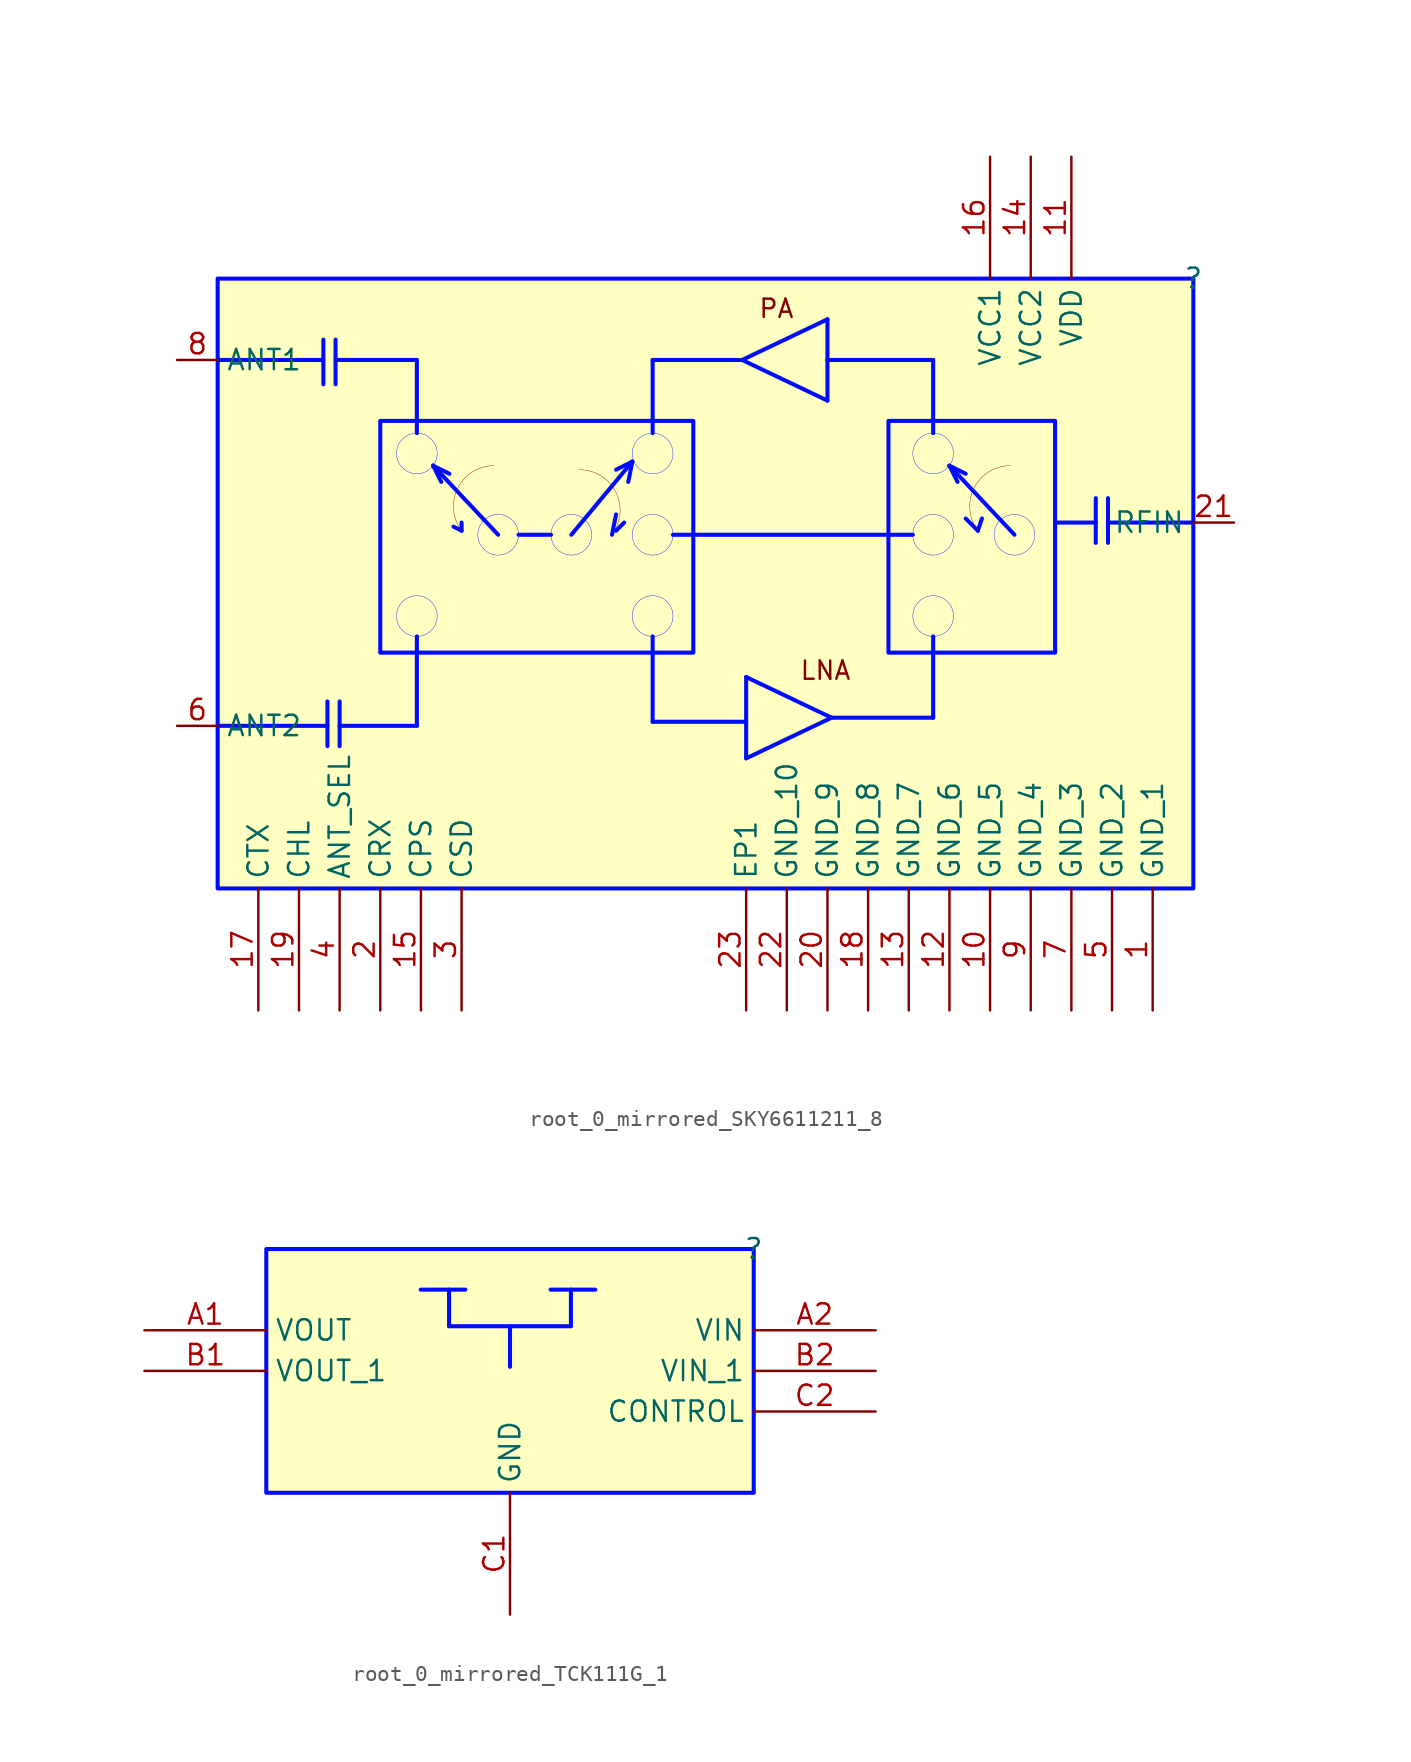
<source format=kicad_sym>
(kicad_symbol_lib
  (version 20231120)
  (generator "kicad_symbol_editor")
  (generator_version "8.0")
  (symbol "root_0_mirrored_SKY6611211_8"
    (property "Reference" ""
      (at 0 0 0)
      (effects (font (size 1.27 1.27))))
    (property "Value" ""
      (at 0 0 0)
      (effects (font (size 1.27 1.27))))
    (symbol "root_0_mirrored_SKY6611211_8_1_0"
      (circle (center -48.514 -21.082) (radius 1.27) (stroke (width 0.025) (type solid) (color 0 11 255 1)) (fill (type none)))
      (circle (center -48.514 -10.922) (radius 1.27) (stroke (width 0.025) (type solid) (color 0 11 255 1)) (fill (type none)))
      (arc (start -43.688 -11.684) (mid -45.9598 -13.0881) (end -45.72 -15.748) (stroke (width 0.0254) (type solid)) (fill (type none)))
      (circle (center -43.434 -16.002) (radius 1.27) (stroke (width 0.025) (type solid) (color 0 11 255 1)) (fill (type none)))
      (circle (center -38.862 -16.002) (radius 1.27) (stroke (width 0.025) (type solid) (color 0 11 255 1)) (fill (type none)))
      (arc (start -36.322 -16.002) (mid -36.0822 -13.3421) (end -38.354 -11.938) (stroke (width 0.0254) (type solid)) (fill (type none)))
      (circle (center -33.782 -21.082) (radius 1.27) (stroke (width 0.025) (type solid) (color 0 11 255 1)) (fill (type none)))
      (circle (center -33.782 -16.002) (radius 1.27) (stroke (width 0.025) (type solid) (color 0 11 255 1)) (fill (type none)))
      (circle (center -33.782 -10.922) (radius 1.27) (stroke (width 0.025) (type solid) (color 0 11 255 1)) (fill (type none)))
      (rectangle (start -31.242 -8.89) (end -50.8 -23.368) (stroke (width 0.254) (type solid) (color 0 11 255 1)) (fill (type background)))
      (circle (center -16.256 -21.082) (radius 1.27) (stroke (width 0.025) (type solid) (color 0 11 255 1)) (fill (type none)))
      (circle (center -16.256 -16.002) (radius 1.27) (stroke (width 0.025) (type solid) (color 0 11 255 1)) (fill (type none)))
      (circle (center -16.256 -10.922) (radius 1.27) (stroke (width 0.025) (type solid) (color 0 11 255 1)) (fill (type none)))
      (arc (start -11.43 -11.684) (mid -13.7018 -13.0881) (end -13.462 -15.748) (stroke (width 0.0254) (type solid)) (fill (type none)))
      (circle (center -11.176 -16.002) (radius 1.27) (stroke (width 0.025) (type solid) (color 0 11 255 1)) (fill (type none)))
      (rectangle (start -8.636 -8.89) (end -19.05 -23.368) (stroke (width 0.254) (type solid) (color 0 11 255 1)) (fill (type background)))
      (rectangle (start 0 0) (end -60.96 -38.1) (stroke (width 0.254) (type solid) (color 0 11 255 1)) (fill (type background)))
      (polyline (pts (xy -54.356 -5.08) (xy -60.96 -5.08)) (stroke (width 0.254) (type solid) (color 0 11 255 1)) (fill (type none)))
      (polyline (pts (xy -54.356 -3.81) (xy -54.356 -6.604)) (stroke (width 0.254) (type solid) (color 0 11 255 1)) (fill (type none)))
      (polyline (pts (xy -54.102 -27.94) (xy -60.96 -27.94)) (stroke (width 0.254) (type solid) (color 0 11 255 1)) (fill (type none)))
      (polyline (pts (xy -54.102 -26.416) (xy -54.102 -29.21)) (stroke (width 0.254) (type solid) (color 0 11 255 1)) (fill (type none)))
      (polyline (pts (xy -53.594 -3.81) (xy -53.594 -6.604)) (stroke (width 0.254) (type solid) (color 0 11 255 1)) (fill (type none)))
      (polyline (pts (xy -53.34 -26.416) (xy -53.34 -29.21)) (stroke (width 0.254) (type solid) (color 0 11 255 1)) (fill (type none)))
      (polyline (pts (xy -48.514 -27.94) (xy -53.34 -27.94)) (stroke (width 0.254) (type solid) (color 0 11 255 1)) (fill (type none)))
      (polyline (pts (xy -48.514 -22.352) (xy -48.514 -27.94)) (stroke (width 0.254) (type solid) (color 0 11 255 1)) (fill (type none)))
      (polyline (pts (xy -48.514 -9.652) (xy -48.514 -5.08)) (stroke (width 0.254) (type solid) (color 0 11 255 1)) (fill (type none)))
      (polyline (pts (xy -48.514 -5.08) (xy -53.594 -5.08)) (stroke (width 0.254) (type solid) (color 0 11 255 1)) (fill (type none)))
      (polyline (pts (xy -47.498 -11.684) (xy -46.99 -12.7)) (stroke (width 0.254) (type solid) (color 0 11 255 1)) (fill (type none)))
      (polyline (pts (xy -47.498 -11.684) (xy -46.482 -12.192)) (stroke (width 0.254) (type solid) (color 0 11 255 1)) (fill (type none)))
      (polyline (pts (xy -45.72 -15.748) (xy -46.228 -15.494)) (stroke (width 0.254) (type solid) (color 0 11 255 1)) (fill (type none)))
      (polyline (pts (xy -45.72 -15.24) (xy -45.72 -15.748)) (stroke (width 0.254) (type solid) (color 0 11 255 1)) (fill (type none)))
      (polyline (pts (xy -43.434 -16.002) (xy -47.498 -11.684)) (stroke (width 0.254) (type solid) (color 0 11 255 1)) (fill (type none)))
      (polyline (pts (xy -40.132 -16.002) (xy -42.164 -16.002)) (stroke (width 0.254) (type solid) (color 0 11 255 1)) (fill (type none)))
      (polyline (pts (xy -38.862 -16.002) (xy -35.052 -11.43)) (stroke (width 0.254) (type solid) (color 0 11 255 1)) (fill (type none)))
      (polyline (pts (xy -36.068 -15.748) (xy -35.56 -15.24)) (stroke (width 0.254) (type solid) (color 0 11 255 1)) (fill (type none)))
      (polyline (pts (xy -36.068 -14.732) (xy -36.322 -16.002)) (stroke (width 0.254) (type solid) (color 0 11 255 1)) (fill (type none)))
      (polyline (pts (xy -35.306 -12.7) (xy -35.052 -11.43)) (stroke (width 0.254) (type solid) (color 0 11 255 1)) (fill (type none)))
      (polyline (pts (xy -35.052 -11.43) (xy -36.068 -11.938)) (stroke (width 0.254) (type solid) (color 0 11 255 1)) (fill (type none)))
      (polyline (pts (xy -33.782 -27.686) (xy -33.782 -22.352)) (stroke (width 0.254) (type solid) (color 0 11 255 1)) (fill (type none)))
      (polyline (pts (xy -33.782 -9.652) (xy -33.782 -5.08)) (stroke (width 0.254) (type solid) (color 0 11 255 1)) (fill (type none)))
      (polyline (pts (xy -33.782 -5.08) (xy -28.194 -5.08)) (stroke (width 0.254) (type solid) (color 0 11 255 1)) (fill (type none)))
      (polyline (pts (xy -27.94 -29.972) (xy -22.606 -27.432)) (stroke (width 0.254) (type solid) (color 0 11 255 1)) (fill (type none)))
      (polyline (pts (xy -27.94 -27.686) (xy -33.782 -27.686)) (stroke (width 0.254) (type solid) (color 0 11 255 1)) (fill (type none)))
      (polyline (pts (xy -27.94 -24.892) (xy -27.94 -29.972)) (stroke (width 0.254) (type solid) (color 0 11 255 1)) (fill (type none)))
      (polyline (pts (xy -27.94 -24.892) (xy -22.606 -27.432)) (stroke (width 0.254) (type solid) (color 0 11 255 1)) (fill (type none)))
      (polyline (pts (xy -22.86 -7.62) (xy -28.194 -5.08)) (stroke (width 0.254) (type solid) (color 0 11 255 1)) (fill (type none)))
      (polyline (pts (xy -22.86 -2.54) (xy -28.194 -5.08)) (stroke (width 0.254) (type solid) (color 0 11 255 1)) (fill (type none)))
      (polyline (pts (xy -22.86 -2.54) (xy -22.86 -7.62)) (stroke (width 0.254) (type solid) (color 0 11 255 1)) (fill (type none)))
      (polyline (pts (xy -22.606 -27.432) (xy -16.256 -27.432)) (stroke (width 0.254) (type solid) (color 0 11 255 1)) (fill (type none)))
      (polyline (pts (xy -17.526 -16.002) (xy -32.512 -16.002)) (stroke (width 0.254) (type solid) (color 0 11 255 1)) (fill (type none)))
      (polyline (pts (xy -16.256 -27.432) (xy -16.256 -22.352)) (stroke (width 0.254) (type solid) (color 0 11 255 1)) (fill (type none)))
      (polyline (pts (xy -16.256 -9.652) (xy -16.256 -5.08)) (stroke (width 0.254) (type solid) (color 0 11 255 1)) (fill (type none)))
      (polyline (pts (xy -16.256 -5.08) (xy -22.86 -5.08)) (stroke (width 0.254) (type solid) (color 0 11 255 1)) (fill (type none)))
      (polyline (pts (xy -15.24 -11.684) (xy -14.732 -12.7)) (stroke (width 0.254) (type solid) (color 0 11 255 1)) (fill (type none)))
      (polyline (pts (xy -15.24 -11.684) (xy -14.224 -12.192)) (stroke (width 0.254) (type solid) (color 0 11 255 1)) (fill (type none)))
      (polyline (pts (xy -13.462 -15.748) (xy -14.224 -14.986)) (stroke (width 0.254) (type solid) (color 0 11 255 1)) (fill (type none)))
      (polyline (pts (xy -13.208 -14.986) (xy -13.462 -15.748)) (stroke (width 0.254) (type solid) (color 0 11 255 1)) (fill (type none)))
      (polyline (pts (xy -11.176 -16.002) (xy -15.24 -11.684)) (stroke (width 0.254) (type solid) (color 0 11 255 1)) (fill (type none)))
      (polyline (pts (xy -6.096 -15.24) (xy -8.636 -15.24)) (stroke (width 0.254) (type solid) (color 0 11 255 1)) (fill (type none)))
      (polyline (pts (xy -6.096 -13.716) (xy -6.096 -16.51)) (stroke (width 0.254) (type solid) (color 0 11 255 1)) (fill (type none)))
      (polyline (pts (xy -5.334 -15.24) (xy 0 -15.24)) (stroke (width 0.254) (type solid) (color 0 11 255 1)) (fill (type none)))
      (polyline (pts (xy -5.334 -13.716) (xy -5.334 -16.51)) (stroke (width 0.254) (type solid) (color 0 11 255 1)) (fill (type none)))
      (text "LNA" (at -21.336 -25.146 0) (effects (font (size 1.143 1.143)) (justify right bottom)))
      (text "PA" (at -24.892 -2.54 0) (effects (font (size 1.143 1.143)) (justify right bottom)))
      (pin power_in line (at -2.54 -45.72 90) (length 7.62) (name "GND_1" (effects (font (size 1.27 1.27)))) (number "1" (effects (font (size 1.27 1.27)))))
      (pin power_in line (at -12.7 -45.72 90) (length 7.62) (name "GND_5" (effects (font (size 1.27 1.27)))) (number "10" (effects (font (size 1.27 1.27)))))
      (pin power_in line (at -7.62 7.62 270) (length 7.62) (name "VDD" (effects (font (size 1.27 1.27)))) (number "11" (effects (font (size 1.27 1.27)))))
      (pin power_in line (at -15.24 -45.72 90) (length 7.62) (name "GND_6" (effects (font (size 1.27 1.27)))) (number "12" (effects (font (size 1.27 1.27)))))
      (pin power_in line (at -17.78 -45.72 90) (length 7.62) (name "GND_7" (effects (font (size 1.27 1.27)))) (number "13" (effects (font (size 1.27 1.27)))))
      (pin power_in line (at -10.16 7.62 270) (length 7.62) (name "VCC2" (effects (font (size 1.27 1.27)))) (number "14" (effects (font (size 1.27 1.27)))))
      (pin input line (at -48.26 -45.72 90) (length 7.62) (name "CPS" (effects (font (size 1.27 1.27)))) (number "15" (effects (font (size 1.27 1.27)))))
      (pin power_in line (at -12.7 7.62 270) (length 7.62) (name "VCC1" (effects (font (size 1.27 1.27)))) (number "16" (effects (font (size 1.27 1.27)))))
      (pin input line (at -58.42 -45.72 90) (length 7.62) (name "CTX" (effects (font (size 1.27 1.27)))) (number "17" (effects (font (size 1.27 1.27)))))
      (pin power_in line (at -20.32 -45.72 90) (length 7.62) (name "GND_8" (effects (font (size 1.27 1.27)))) (number "18" (effects (font (size 1.27 1.27)))))
      (pin input line (at -55.88 -45.72 90) (length 7.62) (name "CHL" (effects (font (size 1.27 1.27)))) (number "19" (effects (font (size 1.27 1.27)))))
      (pin input line (at -50.8 -45.72 90) (length 7.62) (name "CRX" (effects (font (size 1.27 1.27)))) (number "2" (effects (font (size 1.27 1.27)))))
      (pin power_in line (at -22.86 -45.72 90) (length 7.62) (name "GND_9" (effects (font (size 1.27 1.27)))) (number "20" (effects (font (size 1.27 1.27)))))
      (pin passive line (at 2.54 -15.24 180) (length 2.54) (name "RFIN" (effects (font (size 1.27 1.27)))) (number "21" (effects (font (size 1.27 1.27)))))
      (pin power_in line (at -25.4 -45.72 90) (length 7.62) (name "GND_10" (effects (font (size 1.27 1.27)))) (number "22" (effects (font (size 1.27 1.27)))))
      (pin power_in line (at -27.94 -45.72 90) (length 7.62) (name "EP1" (effects (font (size 1.27 1.27)))) (number "23" (effects (font (size 1.27 1.27)))))
      (pin input line (at -45.72 -45.72 90) (length 7.62) (name "CSD" (effects (font (size 1.27 1.27)))) (number "3" (effects (font (size 1.27 1.27)))))
      (pin input line (at -53.34 -45.72 90) (length 7.62) (name "ANT_SEL" (effects (font (size 1.27 1.27)))) (number "4" (effects (font (size 1.27 1.27)))))
      (pin power_in line (at -5.08 -45.72 90) (length 7.62) (name "GND_2" (effects (font (size 1.27 1.27)))) (number "5" (effects (font (size 1.27 1.27)))))
      (pin passive line (at -63.5 -27.94 0) (length 2.54) (name "ANT2" (effects (font (size 1.27 1.27)))) (number "6" (effects (font (size 1.27 1.27)))))
      (pin power_in line (at -7.62 -45.72 90) (length 7.62) (name "GND_3" (effects (font (size 1.27 1.27)))) (number "7" (effects (font (size 1.27 1.27)))))
      (pin passive line (at -63.5 -5.08 0) (length 2.54) (name "ANT1" (effects (font (size 1.27 1.27)))) (number "8" (effects (font (size 1.27 1.27)))))
      (pin power_in line (at -10.16 -45.72 90) (length 7.62) (name "GND_4" (effects (font (size 1.27 1.27)))) (number "9" (effects (font (size 1.27 1.27)))))))
  (symbol "root_0_mirrored_TCK111G_1"
    (property "Reference" ""
      (at 0 0 0)
      (effects (font (size 1.27 1.27))))
    (property "Value" ""
      (at 0 0 0)
      (effects (font (size 1.27 1.27))))
    (symbol "root_0_mirrored_TCK111G_1_1_0"
      (rectangle (start 0 0) (end -30.48 -15.24) (stroke (width 0.254) (type solid) (color 0 11 255 1)) (fill (type background)))
      (polyline (pts (xy -19.05 -2.54) (xy -19.05 -4.826)) (stroke (width 0.254) (type solid) (color 0 11 255 1)) (fill (type none)))
      (polyline (pts (xy -18.034 -2.54) (xy -20.828 -2.54)) (stroke (width 0.254) (type solid) (color 0 11 255 1)) (fill (type none)))
      (polyline (pts (xy -15.24 -4.826) (xy -15.24 -7.366)) (stroke (width 0.254) (type solid) (color 0 11 255 1)) (fill (type none)))
      (polyline (pts (xy -11.43 -4.826) (xy -19.05 -4.826)) (stroke (width 0.254) (type solid) (color 0 11 255 1)) (fill (type none)))
      (polyline (pts (xy -11.43 -2.54) (xy -11.43 -4.826)) (stroke (width 0.254) (type solid) (color 0 11 255 1)) (fill (type none)))
      (polyline (pts (xy -9.906 -2.54) (xy -12.7 -2.54)) (stroke (width 0.254) (type solid) (color 0 11 255 1)) (fill (type none)))
      (pin passive line (at -38.1 -5.08 0) (length 7.62) (name "VOUT" (effects (font (size 1.27 1.27)))) (number "A1" (effects (font (size 1.27 1.27)))))
      (pin passive line (at 7.62 -5.08 180) (length 7.62) (name "VIN" (effects (font (size 1.27 1.27)))) (number "A2" (effects (font (size 1.27 1.27)))))
      (pin passive line (at -38.1 -7.62 0) (length 7.62) (name "VOUT_1" (effects (font (size 1.27 1.27)))) (number "B1" (effects (font (size 1.27 1.27)))))
      (pin passive line (at 7.62 -7.62 180) (length 7.62) (name "VIN_1" (effects (font (size 1.27 1.27)))) (number "B2" (effects (font (size 1.27 1.27)))))
      (pin passive line (at -15.24 -22.86 90) (length 7.62) (name "GND" (effects (font (size 1.27 1.27)))) (number "C1" (effects (font (size 1.27 1.27)))))
      (pin passive line (at 7.62 -10.16 180) (length 7.62) (name "CONTROL" (effects (font (size 1.27 1.27)))) (number "C2" (effects (font (size 1.27 1.27))))))))
</source>
